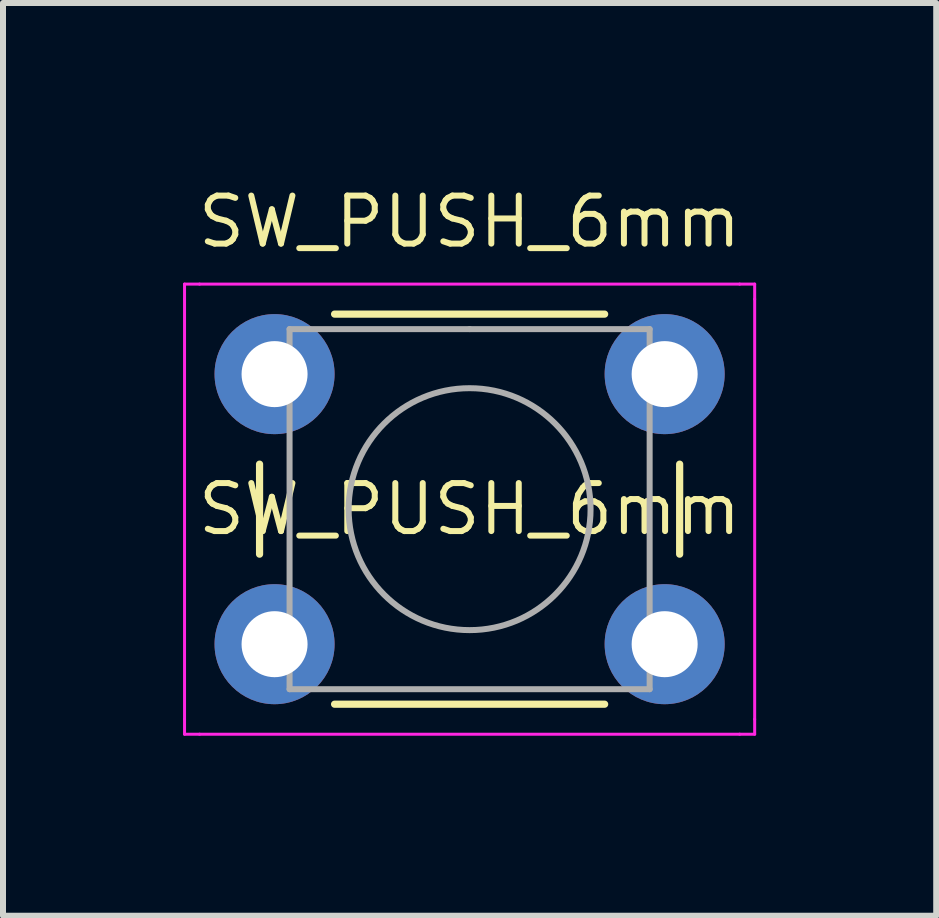
<source format=kicad_pcb>
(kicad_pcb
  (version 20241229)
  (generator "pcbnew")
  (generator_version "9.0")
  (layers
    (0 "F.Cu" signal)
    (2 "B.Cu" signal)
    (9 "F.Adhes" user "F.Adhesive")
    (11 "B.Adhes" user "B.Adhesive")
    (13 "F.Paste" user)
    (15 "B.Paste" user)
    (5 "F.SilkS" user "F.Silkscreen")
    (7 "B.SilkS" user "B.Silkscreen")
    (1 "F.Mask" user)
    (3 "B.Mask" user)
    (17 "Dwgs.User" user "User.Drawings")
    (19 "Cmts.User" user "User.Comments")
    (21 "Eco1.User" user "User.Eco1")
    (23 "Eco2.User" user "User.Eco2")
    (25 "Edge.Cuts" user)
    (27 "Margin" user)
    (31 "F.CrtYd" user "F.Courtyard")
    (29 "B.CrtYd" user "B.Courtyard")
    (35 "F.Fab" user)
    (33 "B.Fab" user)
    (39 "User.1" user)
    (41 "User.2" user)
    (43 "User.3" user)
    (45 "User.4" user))
  (footprint "SW_PUSH_6mm"
    (layer "F.Cu")
    (at 4.775 5.434)
    (property "Reference" "SW_PUSH_6mm" (at 0 -4.79 0) (layer "F.SilkS") (effects (font (size 0.8 0.8) (thickness 0.1))))
    (attr through_hole)
    (fp_line (start -3.5 -0.75) (end -3.5 0.75) (stroke (width 0.12) (type solid)) (layer "F.SilkS"))
    (fp_line (start -2.25 3.25) (end 2.25 3.25) (stroke (width 0.12) (type solid)) (layer "F.SilkS"))
    (fp_line (start 2.25 -3.25) (end -2.25 -3.25) (stroke (width 0.12) (type solid)) (layer "F.SilkS"))
    (fp_line (start 3.5 0.75) (end 3.5 -0.75) (stroke (width 0.12) (type solid)) (layer "F.SilkS"))
    (fp_line (start -4.75 -3.75) (end -4.5 -3.75) (stroke (width 0.05) (type solid)) (layer "F.CrtYd"))
    (fp_line (start -4.75 -3.5) (end -4.75 -3.75) (stroke (width 0.05) (type solid)) (layer "F.CrtYd"))
    (fp_line (start -4.75 3.5) (end -4.75 -3.5) (stroke (width 0.05) (type solid)) (layer "F.CrtYd"))
    (fp_line (start -4.75 3.5) (end -4.75 3.75) (stroke (width 0.05) (type solid)) (layer "F.CrtYd"))
    (fp_line (start -4.75 3.75) (end -4.5 3.75) (stroke (width 0.05) (type solid)) (layer "F.CrtYd"))
    (fp_line (start -4.5 -3.75) (end 4.5 -3.75) (stroke (width 0.05) (type solid)) (layer "F.CrtYd"))
    (fp_line (start 4.5 -3.75) (end 4.75 -3.75) (stroke (width 0.05) (type solid)) (layer "F.CrtYd"))
    (fp_line (start 4.5 3.75) (end -4.5 3.75) (stroke (width 0.05) (type solid)) (layer "F.CrtYd"))
    (fp_line (start 4.5 3.75) (end 4.75 3.75) (stroke (width 0.05) (type solid)) (layer "F.CrtYd"))
    (fp_line (start 4.75 -3.75) (end 4.75 -3.5) (stroke (width 0.05) (type solid)) (layer "F.CrtYd"))
    (fp_line (start 4.75 -3.5) (end 4.75 3.5) (stroke (width 0.05) (type solid)) (layer "F.CrtYd"))
    (fp_line (start 4.75 3.75) (end 4.75 3.5) (stroke (width 0.05) (type solid)) (layer "F.CrtYd"))
    (fp_line (start -3 -3) (end 0 -3) (stroke (width 0.1) (type solid)) (layer "F.Fab"))
    (fp_line (start -3 3) (end -3 -3) (stroke (width 0.1) (type solid)) (layer "F.Fab"))
    (fp_line (start 0 -3) (end 3 -3) (stroke (width 0.1) (type solid)) (layer "F.Fab"))
    (fp_line (start 3 -3) (end 3 3) (stroke (width 0.1) (type solid)) (layer "F.Fab"))
    (fp_line (start 3 3) (end -3 3) (stroke (width 0.1) (type solid)) (layer "F.Fab"))
    (fp_circle (center 0 0) (end -2 0.25) (stroke (width 0.1) (type solid)) (fill no) (layer "F.Fab"))
    (fp_text user "${REFERENCE}" (at 0 0 0) (layer "F.SilkS") (effects (font (size 0.8 0.8) (thickness 0.1))))
    (pad "1" thru_hole circle (at -3.25 -2.25 90) (size 2 2) (drill 1.1) (layers "*.Cu" "*.Mask"))
    (pad "1" thru_hole circle (at 3.25 -2.25 90) (size 2 2) (drill 1.1) (layers "*.Cu" "*.Mask"))
    (pad "2" thru_hole circle (at -3.25 2.25 90) (size 2 2) (drill 1.1) (layers "*.Cu" "*.Mask"))
    (pad "2" thru_hole circle (at 3.25 2.25 90) (size 2 2) (drill 1.1) (layers "*.Cu" "*.Mask")))
  (gr_rect
    (start -3 -3)
    (end 12.55 12.209)
    (stroke (width 0.1) (type default))
    (fill no)
    (layer "Edge.Cuts")))
</source>
